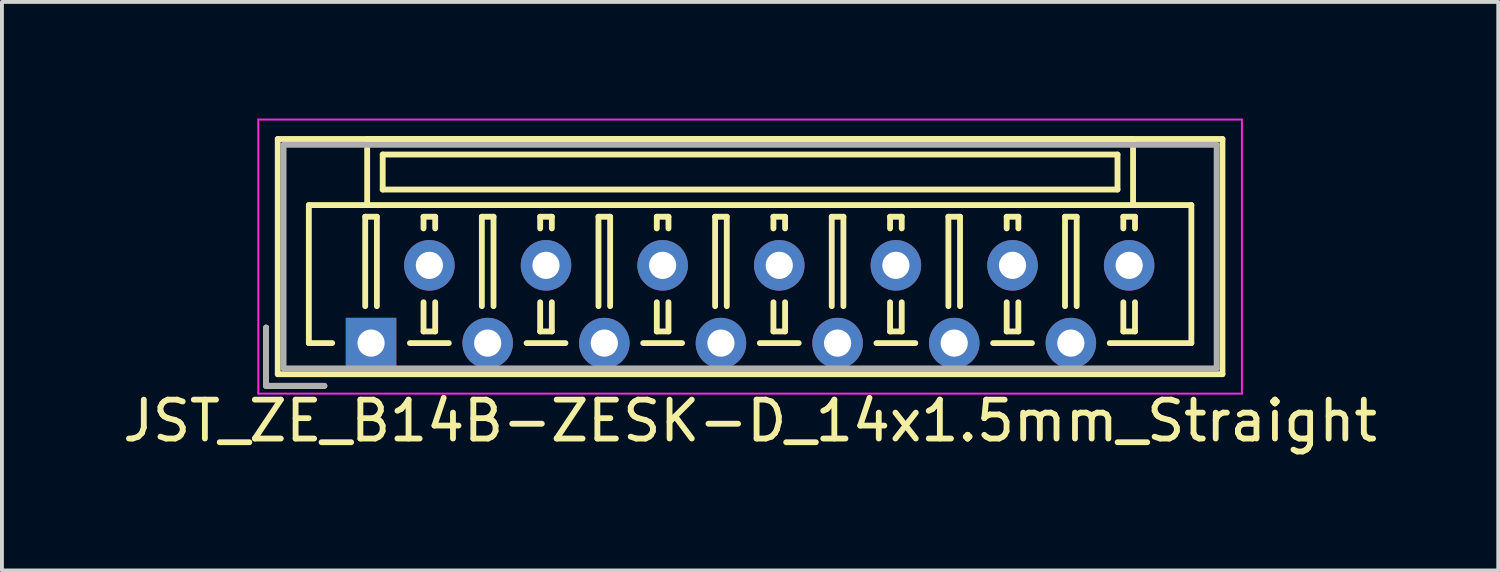
<source format=kicad_pcb>
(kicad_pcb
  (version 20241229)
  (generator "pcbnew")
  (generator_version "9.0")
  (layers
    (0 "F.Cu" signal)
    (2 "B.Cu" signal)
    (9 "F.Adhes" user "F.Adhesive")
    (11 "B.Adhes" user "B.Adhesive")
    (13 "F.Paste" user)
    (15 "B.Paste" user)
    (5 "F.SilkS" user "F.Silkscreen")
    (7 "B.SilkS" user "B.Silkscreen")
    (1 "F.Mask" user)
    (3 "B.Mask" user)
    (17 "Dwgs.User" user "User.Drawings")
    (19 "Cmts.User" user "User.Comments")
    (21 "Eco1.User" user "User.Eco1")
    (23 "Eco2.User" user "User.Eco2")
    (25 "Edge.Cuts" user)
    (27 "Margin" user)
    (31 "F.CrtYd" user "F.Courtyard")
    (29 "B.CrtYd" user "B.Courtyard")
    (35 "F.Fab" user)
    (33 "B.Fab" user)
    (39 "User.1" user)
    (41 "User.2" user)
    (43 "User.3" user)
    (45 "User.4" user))
  (footprint "JST_ZE_B14B-ZESK-D_14x1.5mm_Straight"
    (layer "F.Cu")
    (at 6.494 5.775)
    (property "Reference" "JST_ZE_B14B-ZESK-D_14x1.5mm_Straight" (at 9.75 2 0) (layer "F.SilkS") (effects (font (size 1 1) (thickness 0.15))))
    (attr through_hole)
    (fp_line (start -2.7 -0.4) (end -2.7 1.1) (stroke (width 0.15) (type solid)) (layer "F.SilkS"))
    (fp_line (start -2.7 1.1) (end -1.2 1.1) (stroke (width 0.15) (type solid)) (layer "F.SilkS"))
    (fp_line (start -2.4 -5.25) (end -2.4 0.8) (stroke (width 0.15) (type solid)) (layer "F.SilkS"))
    (fp_line (start -2.4 0.8) (end 21.9 0.8) (stroke (width 0.15) (type solid)) (layer "F.SilkS"))
    (fp_line (start -1.6 -3.55) (end -1.6 0) (stroke (width 0.15) (type solid)) (layer "F.SilkS"))
    (fp_line (start -1.6 0) (end -1 0) (stroke (width 0.15) (type solid)) (layer "F.SilkS"))
    (fp_line (start -0.15 -3.25) (end 0.15 -3.25) (stroke (width 0.15) (type solid)) (layer "F.SilkS"))
    (fp_line (start -0.15 -0.95) (end -0.15 -3.25) (stroke (width 0.15) (type solid)) (layer "F.SilkS"))
    (fp_line (start -0.1 -5.25) (end -0.1 -3.55) (stroke (width 0.15) (type solid)) (layer "F.SilkS"))
    (fp_line (start -0.1 -3.55) (end -1.6 -3.55) (stroke (width 0.15) (type solid)) (layer "F.SilkS"))
    (fp_line (start -0.1 -3.55) (end 19.6 -3.55) (stroke (width 0.15) (type solid)) (layer "F.SilkS"))
    (fp_line (start 0.15 -3.25) (end 0.15 -0.95) (stroke (width 0.15) (type solid)) (layer "F.SilkS"))
    (fp_line (start 0.3 -4.85) (end 0.3 -3.95) (stroke (width 0.15) (type solid)) (layer "F.SilkS"))
    (fp_line (start 0.3 -3.95) (end 19.2 -3.95) (stroke (width 0.15) (type solid)) (layer "F.SilkS"))
    (fp_line (start 1 0) (end 2 0) (stroke (width 0.15) (type solid)) (layer "F.SilkS"))
    (fp_line (start 1.35 -3.25) (end 1.65 -3.25) (stroke (width 0.15) (type solid)) (layer "F.SilkS"))
    (fp_line (start 1.35 -2.95) (end 1.35 -3.25) (stroke (width 0.15) (type solid)) (layer "F.SilkS"))
    (fp_line (start 1.35 -1.05) (end 1.35 -0.3) (stroke (width 0.15) (type solid)) (layer "F.SilkS"))
    (fp_line (start 1.35 -0.3) (end 1.65 -0.3) (stroke (width 0.15) (type solid)) (layer "F.SilkS"))
    (fp_line (start 1.65 -3.25) (end 1.65 -2.95) (stroke (width 0.15) (type solid)) (layer "F.SilkS"))
    (fp_line (start 1.65 -0.3) (end 1.65 -1.05) (stroke (width 0.15) (type solid)) (layer "F.SilkS"))
    (fp_line (start 2.85 -3.25) (end 3.15 -3.25) (stroke (width 0.15) (type solid)) (layer "F.SilkS"))
    (fp_line (start 2.85 -0.95) (end 2.85 -3.25) (stroke (width 0.15) (type solid)) (layer "F.SilkS"))
    (fp_line (start 3.15 -3.25) (end 3.15 -0.95) (stroke (width 0.15) (type solid)) (layer "F.SilkS"))
    (fp_line (start 4 0) (end 5 0) (stroke (width 0.15) (type solid)) (layer "F.SilkS"))
    (fp_line (start 4.35 -3.25) (end 4.65 -3.25) (stroke (width 0.15) (type solid)) (layer "F.SilkS"))
    (fp_line (start 4.35 -2.95) (end 4.35 -3.25) (stroke (width 0.15) (type solid)) (layer "F.SilkS"))
    (fp_line (start 4.35 -1.05) (end 4.35 -0.3) (stroke (width 0.15) (type solid)) (layer "F.SilkS"))
    (fp_line (start 4.35 -0.3) (end 4.65 -0.3) (stroke (width 0.15) (type solid)) (layer "F.SilkS"))
    (fp_line (start 4.65 -3.25) (end 4.65 -2.95) (stroke (width 0.15) (type solid)) (layer "F.SilkS"))
    (fp_line (start 4.65 -0.3) (end 4.65 -1.05) (stroke (width 0.15) (type solid)) (layer "F.SilkS"))
    (fp_line (start 5.85 -3.25) (end 6.15 -3.25) (stroke (width 0.15) (type solid)) (layer "F.SilkS"))
    (fp_line (start 5.85 -0.95) (end 5.85 -3.25) (stroke (width 0.15) (type solid)) (layer "F.SilkS"))
    (fp_line (start 6.15 -3.25) (end 6.15 -0.95) (stroke (width 0.15) (type solid)) (layer "F.SilkS"))
    (fp_line (start 7 0) (end 8 0) (stroke (width 0.15) (type solid)) (layer "F.SilkS"))
    (fp_line (start 7.35 -3.25) (end 7.65 -3.25) (stroke (width 0.15) (type solid)) (layer "F.SilkS"))
    (fp_line (start 7.35 -2.95) (end 7.35 -3.25) (stroke (width 0.15) (type solid)) (layer "F.SilkS"))
    (fp_line (start 7.35 -1.05) (end 7.35 -0.3) (stroke (width 0.15) (type solid)) (layer "F.SilkS"))
    (fp_line (start 7.35 -0.3) (end 7.65 -0.3) (stroke (width 0.15) (type solid)) (layer "F.SilkS"))
    (fp_line (start 7.65 -3.25) (end 7.65 -2.95) (stroke (width 0.15) (type solid)) (layer "F.SilkS"))
    (fp_line (start 7.65 -0.3) (end 7.65 -1.05) (stroke (width 0.15) (type solid)) (layer "F.SilkS"))
    (fp_line (start 8.85 -3.25) (end 9.15 -3.25) (stroke (width 0.15) (type solid)) (layer "F.SilkS"))
    (fp_line (start 8.85 -0.95) (end 8.85 -3.25) (stroke (width 0.15) (type solid)) (layer "F.SilkS"))
    (fp_line (start 9.15 -3.25) (end 9.15 -0.95) (stroke (width 0.15) (type solid)) (layer "F.SilkS"))
    (fp_line (start 10 0) (end 11 0) (stroke (width 0.15) (type solid)) (layer "F.SilkS"))
    (fp_line (start 10.35 -3.25) (end 10.65 -3.25) (stroke (width 0.15) (type solid)) (layer "F.SilkS"))
    (fp_line (start 10.35 -2.95) (end 10.35 -3.25) (stroke (width 0.15) (type solid)) (layer "F.SilkS"))
    (fp_line (start 10.35 -1.05) (end 10.35 -0.3) (stroke (width 0.15) (type solid)) (layer "F.SilkS"))
    (fp_line (start 10.35 -0.3) (end 10.65 -0.3) (stroke (width 0.15) (type solid)) (layer "F.SilkS"))
    (fp_line (start 10.65 -3.25) (end 10.65 -2.95) (stroke (width 0.15) (type solid)) (layer "F.SilkS"))
    (fp_line (start 10.65 -0.3) (end 10.65 -1.05) (stroke (width 0.15) (type solid)) (layer "F.SilkS"))
    (fp_line (start 11.85 -3.25) (end 12.15 -3.25) (stroke (width 0.15) (type solid)) (layer "F.SilkS"))
    (fp_line (start 11.85 -0.95) (end 11.85 -3.25) (stroke (width 0.15) (type solid)) (layer "F.SilkS"))
    (fp_line (start 12.15 -3.25) (end 12.15 -0.95) (stroke (width 0.15) (type solid)) (layer "F.SilkS"))
    (fp_line (start 13 0) (end 14 0) (stroke (width 0.15) (type solid)) (layer "F.SilkS"))
    (fp_line (start 13.35 -3.25) (end 13.65 -3.25) (stroke (width 0.15) (type solid)) (layer "F.SilkS"))
    (fp_line (start 13.35 -2.95) (end 13.35 -3.25) (stroke (width 0.15) (type solid)) (layer "F.SilkS"))
    (fp_line (start 13.35 -1.05) (end 13.35 -0.3) (stroke (width 0.15) (type solid)) (layer "F.SilkS"))
    (fp_line (start 13.35 -0.3) (end 13.65 -0.3) (stroke (width 0.15) (type solid)) (layer "F.SilkS"))
    (fp_line (start 13.65 -3.25) (end 13.65 -2.95) (stroke (width 0.15) (type solid)) (layer "F.SilkS"))
    (fp_line (start 13.65 -0.3) (end 13.65 -1.05) (stroke (width 0.15) (type solid)) (layer "F.SilkS"))
    (fp_line (start 14.85 -3.25) (end 15.15 -3.25) (stroke (width 0.15) (type solid)) (layer "F.SilkS"))
    (fp_line (start 14.85 -0.95) (end 14.85 -3.25) (stroke (width 0.15) (type solid)) (layer "F.SilkS"))
    (fp_line (start 15.15 -3.25) (end 15.15 -0.95) (stroke (width 0.15) (type solid)) (layer "F.SilkS"))
    (fp_line (start 16 0) (end 17 0) (stroke (width 0.15) (type solid)) (layer "F.SilkS"))
    (fp_line (start 16.35 -3.25) (end 16.65 -3.25) (stroke (width 0.15) (type solid)) (layer "F.SilkS"))
    (fp_line (start 16.35 -2.95) (end 16.35 -3.25) (stroke (width 0.15) (type solid)) (layer "F.SilkS"))
    (fp_line (start 16.35 -1.05) (end 16.35 -0.3) (stroke (width 0.15) (type solid)) (layer "F.SilkS"))
    (fp_line (start 16.35 -0.3) (end 16.65 -0.3) (stroke (width 0.15) (type solid)) (layer "F.SilkS"))
    (fp_line (start 16.65 -3.25) (end 16.65 -2.95) (stroke (width 0.15) (type solid)) (layer "F.SilkS"))
    (fp_line (start 16.65 -0.3) (end 16.65 -1.05) (stroke (width 0.15) (type solid)) (layer "F.SilkS"))
    (fp_line (start 17.85 -3.25) (end 18.15 -3.25) (stroke (width 0.15) (type solid)) (layer "F.SilkS"))
    (fp_line (start 17.85 -0.95) (end 17.85 -3.25) (stroke (width 0.15) (type solid)) (layer "F.SilkS"))
    (fp_line (start 18.15 -3.25) (end 18.15 -0.95) (stroke (width 0.15) (type solid)) (layer "F.SilkS"))
    (fp_line (start 19.2 -4.85) (end 0.3 -4.85) (stroke (width 0.15) (type solid)) (layer "F.SilkS"))
    (fp_line (start 19.2 -3.95) (end 19.2 -4.85) (stroke (width 0.15) (type solid)) (layer "F.SilkS"))
    (fp_line (start 19.35 -3.25) (end 19.65 -3.25) (stroke (width 0.15) (type solid)) (layer "F.SilkS"))
    (fp_line (start 19.35 -2.95) (end 19.35 -3.25) (stroke (width 0.15) (type solid)) (layer "F.SilkS"))
    (fp_line (start 19.35 -1.05) (end 19.35 -0.3) (stroke (width 0.15) (type solid)) (layer "F.SilkS"))
    (fp_line (start 19.35 -0.3) (end 19.65 -0.3) (stroke (width 0.15) (type solid)) (layer "F.SilkS"))
    (fp_line (start 19.6 -5.25) (end -0.1 -5.25) (stroke (width 0.15) (type solid)) (layer "F.SilkS"))
    (fp_line (start 19.6 -3.55) (end 19.6 -5.25) (stroke (width 0.15) (type solid)) (layer "F.SilkS"))
    (fp_line (start 19.6 -3.55) (end 21.1 -3.55) (stroke (width 0.15) (type solid)) (layer "F.SilkS"))
    (fp_line (start 19.65 -3.25) (end 19.65 -2.95) (stroke (width 0.15) (type solid)) (layer "F.SilkS"))
    (fp_line (start 19.65 -0.3) (end 19.65 -1.05) (stroke (width 0.15) (type solid)) (layer "F.SilkS"))
    (fp_line (start 21.1 -3.55) (end 21.1 0) (stroke (width 0.15) (type solid)) (layer "F.SilkS"))
    (fp_line (start 21.1 0) (end 19 0) (stroke (width 0.15) (type solid)) (layer "F.SilkS"))
    (fp_line (start 21.9 -5.25) (end -2.4 -5.25) (stroke (width 0.15) (type solid)) (layer "F.SilkS"))
    (fp_line (start 21.9 0.8) (end 21.9 -5.25) (stroke (width 0.15) (type solid)) (layer "F.SilkS"))
    (fp_line (start -2.9 -5.75) (end -2.9 1.3) (stroke (width 0.05) (type solid)) (layer "F.CrtYd"))
    (fp_line (start -2.9 1.3) (end 22.4 1.3) (stroke (width 0.05) (type solid)) (layer "F.CrtYd"))
    (fp_line (start 22.4 -5.75) (end -2.9 -5.75) (stroke (width 0.05) (type solid)) (layer "F.CrtYd"))
    (fp_line (start 22.4 1.3) (end 22.4 -5.75) (stroke (width 0.05) (type solid)) (layer "F.CrtYd"))
    (fp_line (start -2.7 -0.4) (end -2.7 1.1) (stroke (width 0.15) (type solid)) (layer "F.Fab"))
    (fp_line (start -2.7 1.1) (end -1.2 1.1) (stroke (width 0.15) (type solid)) (layer "F.Fab"))
    (fp_line (start -2.25 -5.1) (end -2.25 0.65) (stroke (width 0.15) (type solid)) (layer "F.Fab"))
    (fp_line (start -2.25 0.65) (end 21.75 0.65) (stroke (width 0.15) (type solid)) (layer "F.Fab"))
    (fp_line (start 21.75 -5.1) (end -2.25 -5.1) (stroke (width 0.15) (type solid)) (layer "F.Fab"))
    (fp_line (start 21.75 0.65) (end 21.75 -5.1) (stroke (width 0.15) (type solid)) (layer "F.Fab"))
    (pad "1" thru_hole rect (at 0 0) (size 1.3 1.3) (drill 0.7) (layers "*.Cu" "*.Mask"))
    (pad "2" thru_hole circle (at 1.5 -2) (size 1.3 1.3) (drill 0.7) (layers "*.Cu" "*.Mask"))
    (pad "3" thru_hole circle (at 3 0) (size 1.3 1.3) (drill 0.7) (layers "*.Cu" "*.Mask"))
    (pad "4" thru_hole circle (at 4.5 -2) (size 1.3 1.3) (drill 0.7) (layers "*.Cu" "*.Mask"))
    (pad "5" thru_hole circle (at 6 0) (size 1.3 1.3) (drill 0.7) (layers "*.Cu" "*.Mask"))
    (pad "6" thru_hole circle (at 7.5 -2) (size 1.3 1.3) (drill 0.7) (layers "*.Cu" "*.Mask"))
    (pad "7" thru_hole circle (at 9 0) (size 1.3 1.3) (drill 0.7) (layers "*.Cu" "*.Mask"))
    (pad "8" thru_hole circle (at 10.5 -2) (size 1.3 1.3) (drill 0.7) (layers "*.Cu" "*.Mask"))
    (pad "9" thru_hole circle (at 12 0) (size 1.3 1.3) (drill 0.7) (layers "*.Cu" "*.Mask"))
    (pad "10" thru_hole circle (at 13.5 -2) (size 1.3 1.3) (drill 0.7) (layers "*.Cu" "*.Mask"))
    (pad "11" thru_hole circle (at 15 0) (size 1.3 1.3) (drill 0.7) (layers "*.Cu" "*.Mask"))
    (pad "12" thru_hole circle (at 16.5 -2) (size 1.3 1.3) (drill 0.7) (layers "*.Cu" "*.Mask"))
    (pad "13" thru_hole circle (at 18 0) (size 1.3 1.3) (drill 0.7) (layers "*.Cu" "*.Mask"))
    (pad "14" thru_hole circle (at 19.5 -2) (size 1.3 1.3) (drill 0.7) (layers "*.Cu" "*.Mask")))
  (gr_rect
    (start -3 -3)
    (end 35.488 11.623)
    (stroke (width 0.1) (type default))
    (fill no)
    (layer "Edge.Cuts")))
</source>
